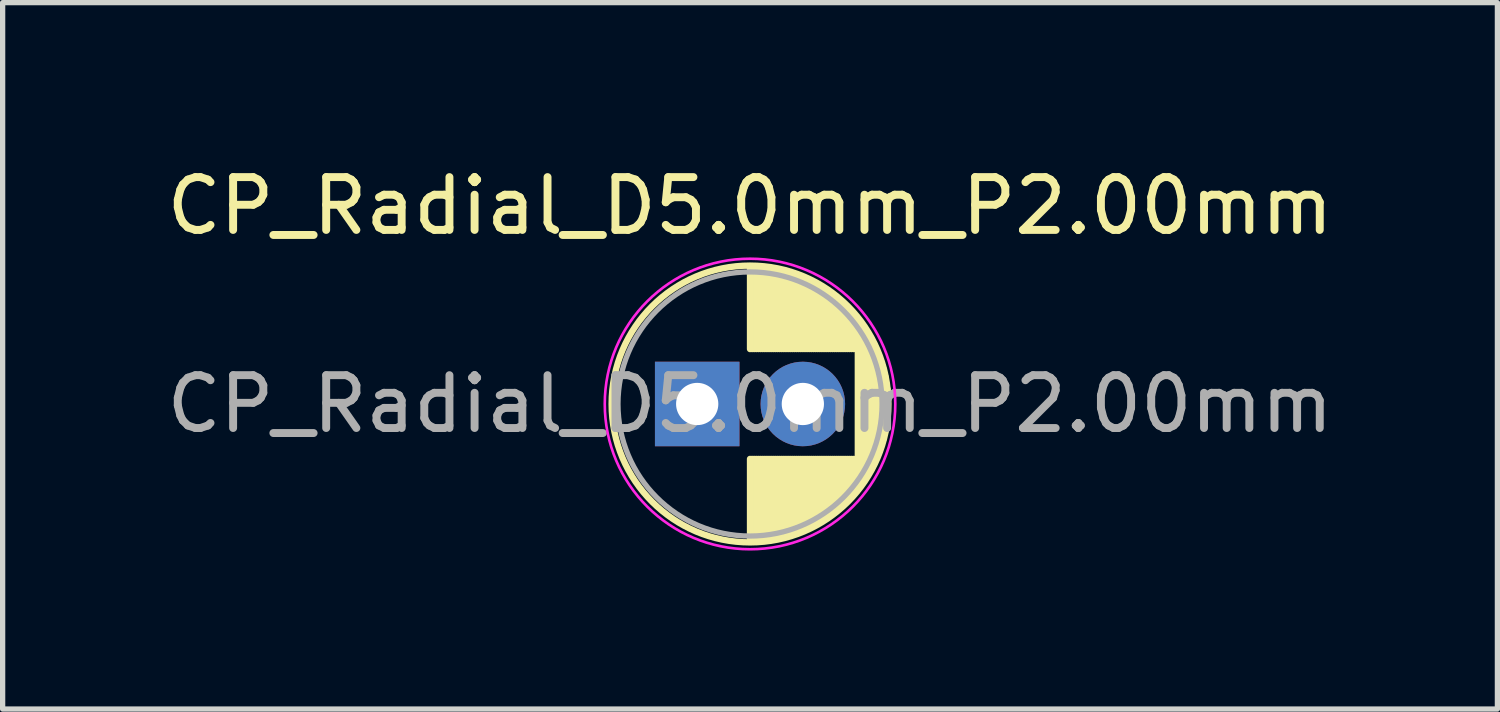
<source format=kicad_pcb>
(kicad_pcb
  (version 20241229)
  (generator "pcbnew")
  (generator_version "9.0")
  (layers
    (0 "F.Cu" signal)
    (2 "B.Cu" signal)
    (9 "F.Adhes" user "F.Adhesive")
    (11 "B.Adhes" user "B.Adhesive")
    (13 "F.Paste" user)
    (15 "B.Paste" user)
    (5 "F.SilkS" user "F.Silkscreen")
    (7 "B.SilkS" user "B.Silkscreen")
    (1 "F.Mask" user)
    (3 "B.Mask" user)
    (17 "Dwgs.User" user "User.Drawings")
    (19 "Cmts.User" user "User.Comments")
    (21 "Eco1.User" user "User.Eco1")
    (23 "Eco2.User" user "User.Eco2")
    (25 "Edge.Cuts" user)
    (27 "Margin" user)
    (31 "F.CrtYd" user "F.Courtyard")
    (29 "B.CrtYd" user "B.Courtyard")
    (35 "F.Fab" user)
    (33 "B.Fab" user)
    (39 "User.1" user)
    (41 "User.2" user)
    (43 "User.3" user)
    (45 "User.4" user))
  (footprint "CP_Radial_D5.0mm_P2.00mm"
    (layer "F.Cu")
    (at 10.149 4.598)
    (property "Reference" "CP_Radial_D5.0mm_P2.00mm" (at 1 -3.75 0) (layer "F.SilkS") (effects (font (size 1 1) (thickness 0.15))))
    (attr through_hole)
    (fp_line (start 1 -2.58) (end 1 -1.04) (stroke (width 0.12) (type solid)) (layer "F.SilkS"))
    (fp_line (start 1 1.04) (end 1 2.58) (stroke (width 0.12) (type solid)) (layer "F.SilkS"))
    (fp_line (start 1.04 -2.58) (end 1.04 -1.04) (stroke (width 0.12) (type solid)) (layer "F.SilkS"))
    (fp_line (start 1.04 1.04) (end 1.04 2.58) (stroke (width 0.12) (type solid)) (layer "F.SilkS"))
    (fp_line (start 1.08 -2.579) (end 1.08 -1.04) (stroke (width 0.12) (type solid)) (layer "F.SilkS"))
    (fp_line (start 1.08 1.04) (end 1.08 2.579) (stroke (width 0.12) (type solid)) (layer "F.SilkS"))
    (fp_line (start 1.12 -2.578) (end 1.12 -1.04) (stroke (width 0.12) (type solid)) (layer "F.SilkS"))
    (fp_line (start 1.12 1.04) (end 1.12 2.578) (stroke (width 0.12) (type solid)) (layer "F.SilkS"))
    (fp_line (start 1.16 -2.576) (end 1.16 -1.04) (stroke (width 0.12) (type solid)) (layer "F.SilkS"))
    (fp_line (start 1.16 1.04) (end 1.16 2.576) (stroke (width 0.12) (type solid)) (layer "F.SilkS"))
    (fp_line (start 1.2 -2.573) (end 1.2 -1.04) (stroke (width 0.12) (type solid)) (layer "F.SilkS"))
    (fp_line (start 1.2 1.04) (end 1.2 2.573) (stroke (width 0.12) (type solid)) (layer "F.SilkS"))
    (fp_line (start 1.24 -2.569) (end 1.24 -1.04) (stroke (width 0.12) (type solid)) (layer "F.SilkS"))
    (fp_line (start 1.24 1.04) (end 1.24 2.569) (stroke (width 0.12) (type solid)) (layer "F.SilkS"))
    (fp_line (start 1.28 -2.565) (end 1.28 -1.04) (stroke (width 0.12) (type solid)) (layer "F.SilkS"))
    (fp_line (start 1.28 1.04) (end 1.28 2.565) (stroke (width 0.12) (type solid)) (layer "F.SilkS"))
    (fp_line (start 1.32 -2.561) (end 1.32 -1.04) (stroke (width 0.12) (type solid)) (layer "F.SilkS"))
    (fp_line (start 1.32 1.04) (end 1.32 2.561) (stroke (width 0.12) (type solid)) (layer "F.SilkS"))
    (fp_line (start 1.36 -2.556) (end 1.36 -1.04) (stroke (width 0.12) (type solid)) (layer "F.SilkS"))
    (fp_line (start 1.36 1.04) (end 1.36 2.556) (stroke (width 0.12) (type solid)) (layer "F.SilkS"))
    (fp_line (start 1.4 -2.55) (end 1.4 -1.04) (stroke (width 0.12) (type solid)) (layer "F.SilkS"))
    (fp_line (start 1.4 1.04) (end 1.4 2.55) (stroke (width 0.12) (type solid)) (layer "F.SilkS"))
    (fp_line (start 1.44 -2.543) (end 1.44 -1.04) (stroke (width 0.12) (type solid)) (layer "F.SilkS"))
    (fp_line (start 1.44 1.04) (end 1.44 2.543) (stroke (width 0.12) (type solid)) (layer "F.SilkS"))
    (fp_line (start 1.48 -2.536) (end 1.48 -1.04) (stroke (width 0.12) (type solid)) (layer "F.SilkS"))
    (fp_line (start 1.48 1.04) (end 1.48 2.536) (stroke (width 0.12) (type solid)) (layer "F.SilkS"))
    (fp_line (start 1.52 -2.528) (end 1.52 -1.04) (stroke (width 0.12) (type solid)) (layer "F.SilkS"))
    (fp_line (start 1.52 1.04) (end 1.52 2.528) (stroke (width 0.12) (type solid)) (layer "F.SilkS"))
    (fp_line (start 1.56 -2.52) (end 1.56 -1.04) (stroke (width 0.12) (type solid)) (layer "F.SilkS"))
    (fp_line (start 1.56 1.04) (end 1.56 2.52) (stroke (width 0.12) (type solid)) (layer "F.SilkS"))
    (fp_line (start 1.6 -2.511) (end 1.6 -1.04) (stroke (width 0.12) (type solid)) (layer "F.SilkS"))
    (fp_line (start 1.6 1.04) (end 1.6 2.511) (stroke (width 0.12) (type solid)) (layer "F.SilkS"))
    (fp_line (start 1.64 -2.501) (end 1.64 -1.04) (stroke (width 0.12) (type solid)) (layer "F.SilkS"))
    (fp_line (start 1.64 1.04) (end 1.64 2.501) (stroke (width 0.12) (type solid)) (layer "F.SilkS"))
    (fp_line (start 1.68 -2.491) (end 1.68 -1.04) (stroke (width 0.12) (type solid)) (layer "F.SilkS"))
    (fp_line (start 1.68 1.04) (end 1.68 2.491) (stroke (width 0.12) (type solid)) (layer "F.SilkS"))
    (fp_line (start 1.721 -2.48) (end 1.721 -1.04) (stroke (width 0.12) (type solid)) (layer "F.SilkS"))
    (fp_line (start 1.721 1.04) (end 1.721 2.48) (stroke (width 0.12) (type solid)) (layer "F.SilkS"))
    (fp_line (start 1.761 -2.468) (end 1.761 -1.04) (stroke (width 0.12) (type solid)) (layer "F.SilkS"))
    (fp_line (start 1.761 1.04) (end 1.761 2.468) (stroke (width 0.12) (type solid)) (layer "F.SilkS"))
    (fp_line (start 1.801 -2.455) (end 1.801 -1.04) (stroke (width 0.12) (type solid)) (layer "F.SilkS"))
    (fp_line (start 1.801 1.04) (end 1.801 2.455) (stroke (width 0.12) (type solid)) (layer "F.SilkS"))
    (fp_line (start 1.841 -2.442) (end 1.841 -1.04) (stroke (width 0.12) (type solid)) (layer "F.SilkS"))
    (fp_line (start 1.841 1.04) (end 1.841 2.442) (stroke (width 0.12) (type solid)) (layer "F.SilkS"))
    (fp_line (start 1.881 -2.428) (end 1.881 -1.04) (stroke (width 0.12) (type solid)) (layer "F.SilkS"))
    (fp_line (start 1.881 1.04) (end 1.881 2.428) (stroke (width 0.12) (type solid)) (layer "F.SilkS"))
    (fp_line (start 1.921 -2.414) (end 1.921 -1.04) (stroke (width 0.12) (type solid)) (layer "F.SilkS"))
    (fp_line (start 1.921 1.04) (end 1.921 2.414) (stroke (width 0.12) (type solid)) (layer "F.SilkS"))
    (fp_line (start 1.961 -2.398) (end 1.961 -1.04) (stroke (width 0.12) (type solid)) (layer "F.SilkS"))
    (fp_line (start 1.961 1.04) (end 1.961 2.398) (stroke (width 0.12) (type solid)) (layer "F.SilkS"))
    (fp_line (start 2.001 -2.382) (end 2.001 -1.04) (stroke (width 0.12) (type solid)) (layer "F.SilkS"))
    (fp_line (start 2.001 1.04) (end 2.001 2.382) (stroke (width 0.12) (type solid)) (layer "F.SilkS"))
    (fp_line (start 2.041 -2.365) (end 2.041 -1.04) (stroke (width 0.12) (type solid)) (layer "F.SilkS"))
    (fp_line (start 2.041 1.04) (end 2.041 2.365) (stroke (width 0.12) (type solid)) (layer "F.SilkS"))
    (fp_line (start 2.081 -2.348) (end 2.081 -1.04) (stroke (width 0.12) (type solid)) (layer "F.SilkS"))
    (fp_line (start 2.081 1.04) (end 2.081 2.348) (stroke (width 0.12) (type solid)) (layer "F.SilkS"))
    (fp_line (start 2.121 -2.329) (end 2.121 -1.04) (stroke (width 0.12) (type solid)) (layer "F.SilkS"))
    (fp_line (start 2.121 1.04) (end 2.121 2.329) (stroke (width 0.12) (type solid)) (layer "F.SilkS"))
    (fp_line (start 2.161 -2.31) (end 2.161 -1.04) (stroke (width 0.12) (type solid)) (layer "F.SilkS"))
    (fp_line (start 2.161 1.04) (end 2.161 2.31) (stroke (width 0.12) (type solid)) (layer "F.SilkS"))
    (fp_line (start 2.201 -2.29) (end 2.201 -1.04) (stroke (width 0.12) (type solid)) (layer "F.SilkS"))
    (fp_line (start 2.201 1.04) (end 2.201 2.29) (stroke (width 0.12) (type solid)) (layer "F.SilkS"))
    (fp_line (start 2.241 -2.268) (end 2.241 -1.04) (stroke (width 0.12) (type solid)) (layer "F.SilkS"))
    (fp_line (start 2.241 1.04) (end 2.241 2.268) (stroke (width 0.12) (type solid)) (layer "F.SilkS"))
    (fp_line (start 2.281 -2.247) (end 2.281 -1.04) (stroke (width 0.12) (type solid)) (layer "F.SilkS"))
    (fp_line (start 2.281 1.04) (end 2.281 2.247) (stroke (width 0.12) (type solid)) (layer "F.SilkS"))
    (fp_line (start 2.321 -2.224) (end 2.321 -1.04) (stroke (width 0.12) (type solid)) (layer "F.SilkS"))
    (fp_line (start 2.321 1.04) (end 2.321 2.224) (stroke (width 0.12) (type solid)) (layer "F.SilkS"))
    (fp_line (start 2.361 -2.2) (end 2.361 -1.04) (stroke (width 0.12) (type solid)) (layer "F.SilkS"))
    (fp_line (start 2.361 1.04) (end 2.361 2.2) (stroke (width 0.12) (type solid)) (layer "F.SilkS"))
    (fp_line (start 2.401 -2.175) (end 2.401 -1.04) (stroke (width 0.12) (type solid)) (layer "F.SilkS"))
    (fp_line (start 2.401 1.04) (end 2.401 2.175) (stroke (width 0.12) (type solid)) (layer "F.SilkS"))
    (fp_line (start 2.441 -2.149) (end 2.441 -1.04) (stroke (width 0.12) (type solid)) (layer "F.SilkS"))
    (fp_line (start 2.441 1.04) (end 2.441 2.149) (stroke (width 0.12) (type solid)) (layer "F.SilkS"))
    (fp_line (start 2.481 -2.122) (end 2.481 -1.04) (stroke (width 0.12) (type solid)) (layer "F.SilkS"))
    (fp_line (start 2.481 1.04) (end 2.481 2.122) (stroke (width 0.12) (type solid)) (layer "F.SilkS"))
    (fp_line (start 2.521 -2.095) (end 2.521 -1.04) (stroke (width 0.12) (type solid)) (layer "F.SilkS"))
    (fp_line (start 2.521 1.04) (end 2.521 2.095) (stroke (width 0.12) (type solid)) (layer "F.SilkS"))
    (fp_line (start 2.561 -2.065) (end 2.561 -1.04) (stroke (width 0.12) (type solid)) (layer "F.SilkS"))
    (fp_line (start 2.561 1.04) (end 2.561 2.065) (stroke (width 0.12) (type solid)) (layer "F.SilkS"))
    (fp_line (start 2.601 -2.035) (end 2.601 -1.04) (stroke (width 0.12) (type solid)) (layer "F.SilkS"))
    (fp_line (start 2.601 1.04) (end 2.601 2.035) (stroke (width 0.12) (type solid)) (layer "F.SilkS"))
    (fp_line (start 2.641 -2.004) (end 2.641 -1.04) (stroke (width 0.12) (type solid)) (layer "F.SilkS"))
    (fp_line (start 2.641 1.04) (end 2.641 2.004) (stroke (width 0.12) (type solid)) (layer "F.SilkS"))
    (fp_line (start 2.681 -1.971) (end 2.681 -1.04) (stroke (width 0.12) (type solid)) (layer "F.SilkS"))
    (fp_line (start 2.681 1.04) (end 2.681 1.971) (stroke (width 0.12) (type solid)) (layer "F.SilkS"))
    (fp_line (start 2.721 -1.937) (end 2.721 -1.04) (stroke (width 0.12) (type solid)) (layer "F.SilkS"))
    (fp_line (start 2.721 1.04) (end 2.721 1.937) (stroke (width 0.12) (type solid)) (layer "F.SilkS"))
    (fp_line (start 2.761 -1.901) (end 2.761 -1.04) (stroke (width 0.12) (type solid)) (layer "F.SilkS"))
    (fp_line (start 2.761 1.04) (end 2.761 1.901) (stroke (width 0.12) (type solid)) (layer "F.SilkS"))
    (fp_line (start 2.801 -1.864) (end 2.801 -1.04) (stroke (width 0.12) (type solid)) (layer "F.SilkS"))
    (fp_line (start 2.801 1.04) (end 2.801 1.864) (stroke (width 0.12) (type solid)) (layer "F.SilkS"))
    (fp_line (start 2.841 -1.826) (end 2.841 -1.04) (stroke (width 0.12) (type solid)) (layer "F.SilkS"))
    (fp_line (start 2.841 1.04) (end 2.841 1.826) (stroke (width 0.12) (type solid)) (layer "F.SilkS"))
    (fp_line (start 2.881 -1.785) (end 2.881 -1.04) (stroke (width 0.12) (type solid)) (layer "F.SilkS"))
    (fp_line (start 2.881 1.04) (end 2.881 1.785) (stroke (width 0.12) (type solid)) (layer "F.SilkS"))
    (fp_line (start 2.921 -1.743) (end 2.921 -1.04) (stroke (width 0.12) (type solid)) (layer "F.SilkS"))
    (fp_line (start 2.921 1.04) (end 2.921 1.743) (stroke (width 0.12) (type solid)) (layer "F.SilkS"))
    (fp_line (start 2.961 -1.699) (end 2.961 -1.04) (stroke (width 0.12) (type solid)) (layer "F.SilkS"))
    (fp_line (start 2.961 1.04) (end 2.961 1.699) (stroke (width 0.12) (type solid)) (layer "F.SilkS"))
    (fp_line (start 3.001 -1.653) (end 3.001 -1.04) (stroke (width 0.12) (type solid)) (layer "F.SilkS"))
    (fp_line (start 3.001 1.04) (end 3.001 1.653) (stroke (width 0.12) (type solid)) (layer "F.SilkS"))
    (fp_line (start 3.041 -1.605) (end 3.041 1.605) (stroke (width 0.12) (type solid)) (layer "F.SilkS"))
    (fp_line (start 3.081 -1.554) (end 3.081 1.554) (stroke (width 0.12) (type solid)) (layer "F.SilkS"))
    (fp_line (start 3.121 -1.5) (end 3.121 1.5) (stroke (width 0.12) (type solid)) (layer "F.SilkS"))
    (fp_line (start 3.161 -1.443) (end 3.161 1.443) (stroke (width 0.12) (type solid)) (layer "F.SilkS"))
    (fp_line (start 3.201 -1.383) (end 3.201 1.383) (stroke (width 0.12) (type solid)) (layer "F.SilkS"))
    (fp_line (start 3.241 -1.319) (end 3.241 1.319) (stroke (width 0.12) (type solid)) (layer "F.SilkS"))
    (fp_line (start 3.281 -1.251) (end 3.281 1.251) (stroke (width 0.12) (type solid)) (layer "F.SilkS"))
    (fp_line (start 3.321 -1.178) (end 3.321 1.178) (stroke (width 0.12) (type solid)) (layer "F.SilkS"))
    (fp_line (start 3.361 -1.098) (end 3.361 1.098) (stroke (width 0.12) (type solid)) (layer "F.SilkS"))
    (fp_line (start 3.401 -1.011) (end 3.401 1.011) (stroke (width 0.12) (type solid)) (layer "F.SilkS"))
    (fp_line (start 3.441 -0.915) (end 3.441 0.915) (stroke (width 0.12) (type solid)) (layer "F.SilkS"))
    (fp_line (start 3.481 -0.805) (end 3.481 0.805) (stroke (width 0.12) (type solid)) (layer "F.SilkS"))
    (fp_line (start 3.521 -0.677) (end 3.521 0.677) (stroke (width 0.12) (type solid)) (layer "F.SilkS"))
    (fp_line (start 3.561 -0.518) (end 3.561 0.518) (stroke (width 0.12) (type solid)) (layer "F.SilkS"))
    (fp_line (start 3.601 -0.284) (end 3.601 0.284) (stroke (width 0.12) (type solid)) (layer "F.SilkS"))
    (fp_circle (center 1 0) (end 3.62 0) (stroke (width 0.12) (type solid)) (fill no) (layer "F.SilkS"))
    (fp_circle (center 1 0) (end 3.75 0) (stroke (width 0.05) (type solid)) (fill no) (layer "F.CrtYd"))
    (fp_circle (center 1 0) (end 3.5 0) (stroke (width 0.1) (type solid)) (fill no) (layer "F.Fab"))
    (fp_text user "${REFERENCE}" (at 1 0 0) (layer "F.Fab") (effects (font (size 1 1) (thickness 0.15))))
    (pad "1" thru_hole rect (at 0 0) (size 1.6 1.6) (drill 0.8) (layers "*.Cu" "*.Mask"))
    (pad "2" thru_hole circle (at 2 0) (size 1.6 1.6) (drill 0.8) (layers "*.Cu" "*.Mask")))
  (gr_rect
    (start -3 -3)
    (end 25.298 10.373)
    (stroke (width 0.1) (type default))
    (fill no)
    (layer "Edge.Cuts")))
</source>
